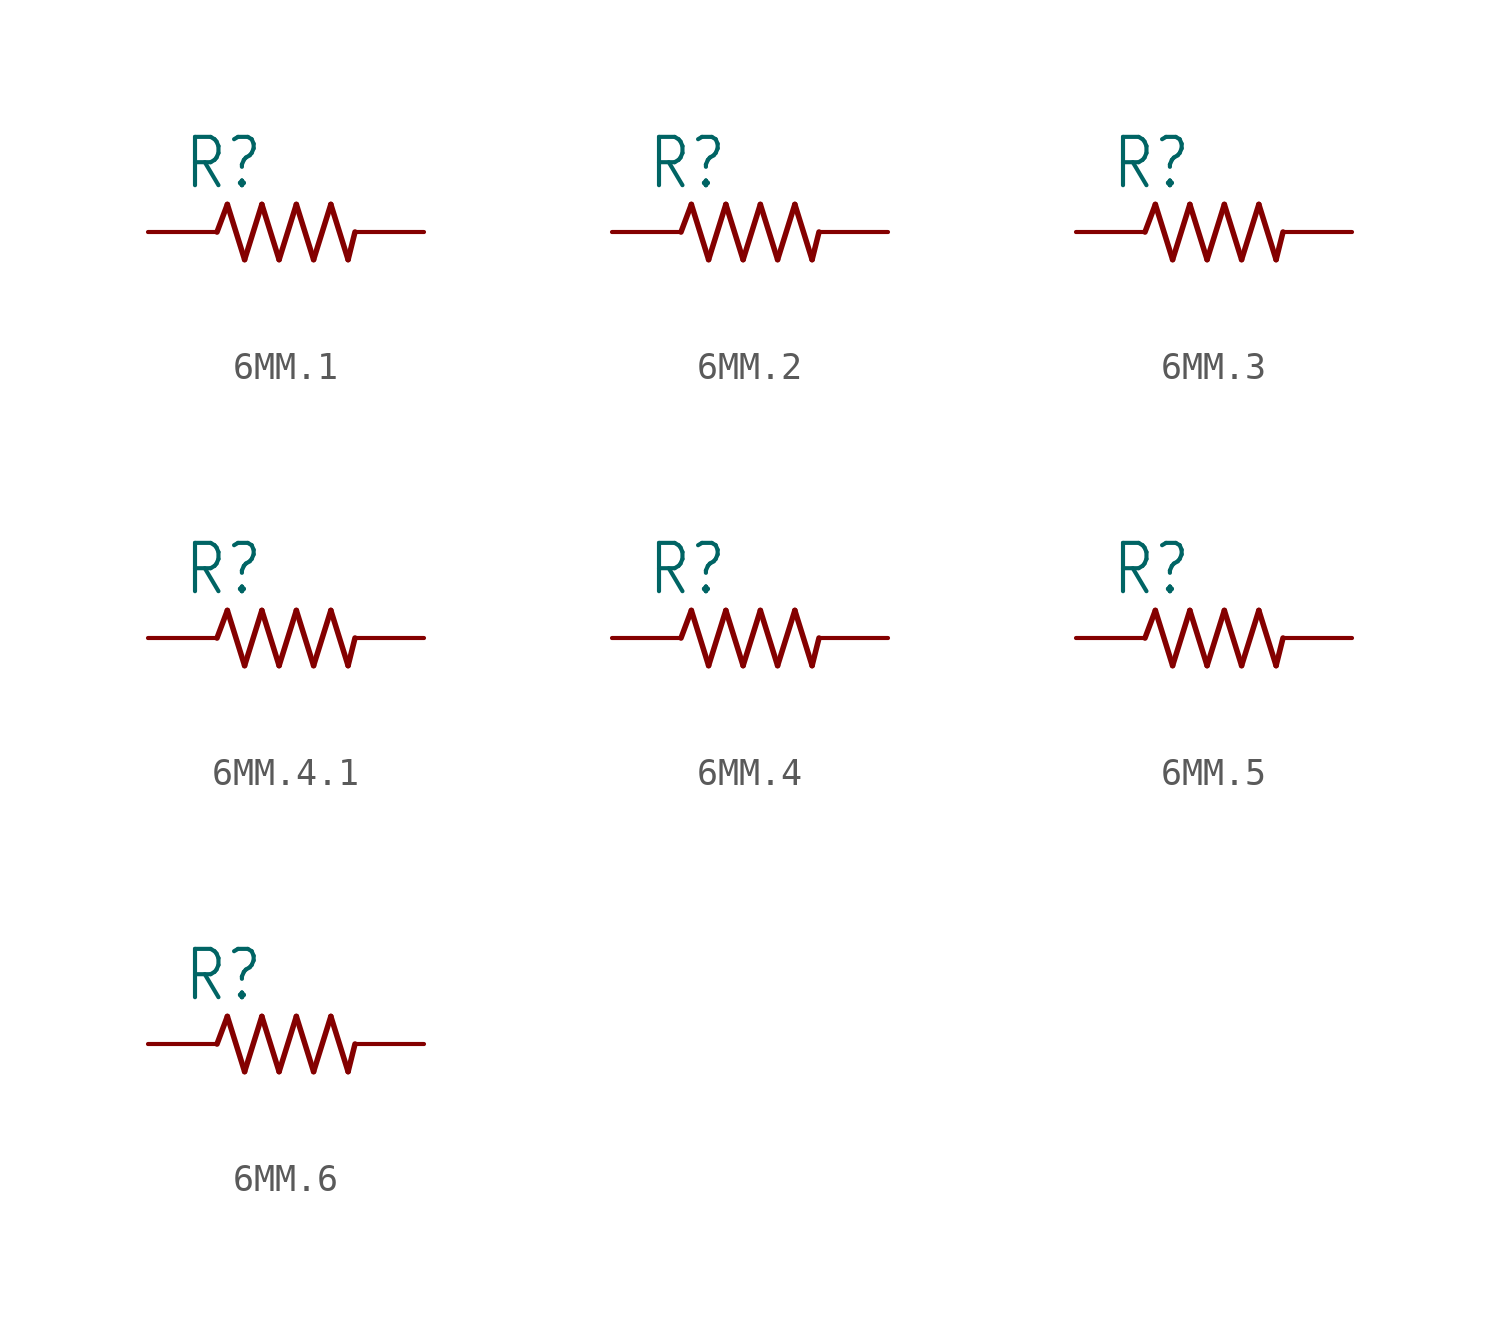
<source format=kicad_sym>
(kicad_symbol_lib
  (version 20220914)
  (generator kicad_symbol_editor)
  (symbol "6MM.1"
    (property "Reference" "R"
      (at -3.81 1.499 0)
      (effects (font (size 1.778 1.511)) (justify left bottom)))
    (property "Value" ""
      (at -3.81 -3.302 0)
      (effects (font (size 1.778 1.511)) (justify left bottom)))
    (property "ki_locked" ""
      (at 0 0 0)
      (effects (font (size 1.27 1.27))))
    (symbol "6MM.1_1_0"
      (polyline (pts (xy -2.54 0) (xy -2.159 1.016)) (stroke (width 0.203) (type solid)) (fill (type none)))
      (polyline (pts (xy -2.159 1.016) (xy -1.524 -1.016)) (stroke (width 0.203) (type solid)) (fill (type none)))
      (polyline (pts (xy -1.524 -1.016) (xy -0.889 1.016)) (stroke (width 0.203) (type solid)) (fill (type none)))
      (polyline (pts (xy -0.889 1.016) (xy -0.254 -1.016)) (stroke (width 0.203) (type solid)) (fill (type none)))
      (polyline (pts (xy -0.254 -1.016) (xy 0.381 1.016)) (stroke (width 0.203) (type solid)) (fill (type none)))
      (polyline (pts (xy 0.381 1.016) (xy 1.016 -1.016)) (stroke (width 0.203) (type solid)) (fill (type none)))
      (polyline (pts (xy 1.016 -1.016) (xy 1.651 1.016)) (stroke (width 0.203) (type solid)) (fill (type none)))
      (polyline (pts (xy 1.651 1.016) (xy 2.286 -1.016)) (stroke (width 0.203) (type solid)) (fill (type none)))
      (polyline (pts (xy 2.286 -1.016) (xy 2.54 0)) (stroke (width 0.203) (type solid)) (fill (type none)))
      (pin passive line (at -5.08 0 0) (length 2.54) (name "1" (effects (font (size 0 0)))) (number "1" (effects (font (size 0 0)))))
      (pin passive line (at 5.08 0 180) (length 2.54) (name "2" (effects (font (size 0 0)))) (number "2" (effects (font (size 0 0)))))))
  (symbol "6MM.2"
    (property "Reference" "R"
      (at -3.81 1.499 0)
      (effects (font (size 1.778 1.511)) (justify left bottom)))
    (property "Value" ""
      (at -3.81 -3.302 0)
      (effects (font (size 1.778 1.511)) (justify left bottom)))
    (property "ki_locked" ""
      (at 0 0 0)
      (effects (font (size 1.27 1.27))))
    (symbol "6MM.2_1_0"
      (polyline (pts (xy -2.54 0) (xy -2.159 1.016)) (stroke (width 0.203) (type solid)) (fill (type none)))
      (polyline (pts (xy -2.159 1.016) (xy -1.524 -1.016)) (stroke (width 0.203) (type solid)) (fill (type none)))
      (polyline (pts (xy -1.524 -1.016) (xy -0.889 1.016)) (stroke (width 0.203) (type solid)) (fill (type none)))
      (polyline (pts (xy -0.889 1.016) (xy -0.254 -1.016)) (stroke (width 0.203) (type solid)) (fill (type none)))
      (polyline (pts (xy -0.254 -1.016) (xy 0.381 1.016)) (stroke (width 0.203) (type solid)) (fill (type none)))
      (polyline (pts (xy 0.381 1.016) (xy 1.016 -1.016)) (stroke (width 0.203) (type solid)) (fill (type none)))
      (polyline (pts (xy 1.016 -1.016) (xy 1.651 1.016)) (stroke (width 0.203) (type solid)) (fill (type none)))
      (polyline (pts (xy 1.651 1.016) (xy 2.286 -1.016)) (stroke (width 0.203) (type solid)) (fill (type none)))
      (polyline (pts (xy 2.286 -1.016) (xy 2.54 0)) (stroke (width 0.203) (type solid)) (fill (type none)))
      (pin passive line (at -5.08 0 0) (length 2.54) (name "1" (effects (font (size 0 0)))) (number "1" (effects (font (size 0 0)))))
      (pin passive line (at 5.08 0 180) (length 2.54) (name "2" (effects (font (size 0 0)))) (number "2" (effects (font (size 0 0)))))))
  (symbol "6MM.3"
    (property "Reference" "R"
      (at -3.81 1.499 0)
      (effects (font (size 1.778 1.511)) (justify left bottom)))
    (property "Value" ""
      (at -3.81 -3.302 0)
      (effects (font (size 1.778 1.511)) (justify left bottom)))
    (property "ki_locked" ""
      (at 0 0 0)
      (effects (font (size 1.27 1.27))))
    (symbol "6MM.3_1_0"
      (polyline (pts (xy -2.54 0) (xy -2.159 1.016)) (stroke (width 0.203) (type solid)) (fill (type none)))
      (polyline (pts (xy -2.159 1.016) (xy -1.524 -1.016)) (stroke (width 0.203) (type solid)) (fill (type none)))
      (polyline (pts (xy -1.524 -1.016) (xy -0.889 1.016)) (stroke (width 0.203) (type solid)) (fill (type none)))
      (polyline (pts (xy -0.889 1.016) (xy -0.254 -1.016)) (stroke (width 0.203) (type solid)) (fill (type none)))
      (polyline (pts (xy -0.254 -1.016) (xy 0.381 1.016)) (stroke (width 0.203) (type solid)) (fill (type none)))
      (polyline (pts (xy 0.381 1.016) (xy 1.016 -1.016)) (stroke (width 0.203) (type solid)) (fill (type none)))
      (polyline (pts (xy 1.016 -1.016) (xy 1.651 1.016)) (stroke (width 0.203) (type solid)) (fill (type none)))
      (polyline (pts (xy 1.651 1.016) (xy 2.286 -1.016)) (stroke (width 0.203) (type solid)) (fill (type none)))
      (polyline (pts (xy 2.286 -1.016) (xy 2.54 0)) (stroke (width 0.203) (type solid)) (fill (type none)))
      (pin passive line (at -5.08 0 0) (length 2.54) (name "1" (effects (font (size 0 0)))) (number "1" (effects (font (size 0 0)))))
      (pin passive line (at 5.08 0 180) (length 2.54) (name "2" (effects (font (size 0 0)))) (number "2" (effects (font (size 0 0)))))))
  (symbol "6MM.4.1"
    (property "Reference" "R"
      (at -3.81 1.499 0)
      (effects (font (size 1.778 1.511)) (justify left bottom)))
    (property "Value" ""
      (at -3.81 -3.302 0)
      (effects (font (size 1.778 1.511)) (justify left bottom)))
    (property "ki_locked" ""
      (at 0 0 0)
      (effects (font (size 1.27 1.27))))
    (symbol "6MM.4.1_1_0"
      (polyline (pts (xy -2.54 0) (xy -2.159 1.016)) (stroke (width 0.203) (type solid)) (fill (type none)))
      (polyline (pts (xy -2.159 1.016) (xy -1.524 -1.016)) (stroke (width 0.203) (type solid)) (fill (type none)))
      (polyline (pts (xy -1.524 -1.016) (xy -0.889 1.016)) (stroke (width 0.203) (type solid)) (fill (type none)))
      (polyline (pts (xy -0.889 1.016) (xy -0.254 -1.016)) (stroke (width 0.203) (type solid)) (fill (type none)))
      (polyline (pts (xy -0.254 -1.016) (xy 0.381 1.016)) (stroke (width 0.203) (type solid)) (fill (type none)))
      (polyline (pts (xy 0.381 1.016) (xy 1.016 -1.016)) (stroke (width 0.203) (type solid)) (fill (type none)))
      (polyline (pts (xy 1.016 -1.016) (xy 1.651 1.016)) (stroke (width 0.203) (type solid)) (fill (type none)))
      (polyline (pts (xy 1.651 1.016) (xy 2.286 -1.016)) (stroke (width 0.203) (type solid)) (fill (type none)))
      (polyline (pts (xy 2.286 -1.016) (xy 2.54 0)) (stroke (width 0.203) (type solid)) (fill (type none)))
      (pin passive line (at -5.08 0 0) (length 2.54) (name "1" (effects (font (size 0 0)))) (number "1" (effects (font (size 0 0)))))
      (pin passive line (at 5.08 0 180) (length 2.54) (name "2" (effects (font (size 0 0)))) (number "2" (effects (font (size 0 0)))))))
  (symbol "6MM.4"
    (property "Reference" "R"
      (at -3.81 1.499 0)
      (effects (font (size 1.778 1.511)) (justify left bottom)))
    (property "Value" ""
      (at -3.81 -3.302 0)
      (effects (font (size 1.778 1.511)) (justify left bottom)))
    (property "ki_locked" ""
      (at 0 0 0)
      (effects (font (size 1.27 1.27))))
    (symbol "6MM.4_1_0"
      (polyline (pts (xy -2.54 0) (xy -2.159 1.016)) (stroke (width 0.203) (type solid)) (fill (type none)))
      (polyline (pts (xy -2.159 1.016) (xy -1.524 -1.016)) (stroke (width 0.203) (type solid)) (fill (type none)))
      (polyline (pts (xy -1.524 -1.016) (xy -0.889 1.016)) (stroke (width 0.203) (type solid)) (fill (type none)))
      (polyline (pts (xy -0.889 1.016) (xy -0.254 -1.016)) (stroke (width 0.203) (type solid)) (fill (type none)))
      (polyline (pts (xy -0.254 -1.016) (xy 0.381 1.016)) (stroke (width 0.203) (type solid)) (fill (type none)))
      (polyline (pts (xy 0.381 1.016) (xy 1.016 -1.016)) (stroke (width 0.203) (type solid)) (fill (type none)))
      (polyline (pts (xy 1.016 -1.016) (xy 1.651 1.016)) (stroke (width 0.203) (type solid)) (fill (type none)))
      (polyline (pts (xy 1.651 1.016) (xy 2.286 -1.016)) (stroke (width 0.203) (type solid)) (fill (type none)))
      (polyline (pts (xy 2.286 -1.016) (xy 2.54 0)) (stroke (width 0.203) (type solid)) (fill (type none)))
      (pin passive line (at -5.08 0 0) (length 2.54) (name "1" (effects (font (size 0 0)))) (number "1" (effects (font (size 0 0)))))
      (pin passive line (at 5.08 0 180) (length 2.54) (name "2" (effects (font (size 0 0)))) (number "2" (effects (font (size 0 0)))))))
  (symbol "6MM.5"
    (property "Reference" "R"
      (at -3.81 1.499 0)
      (effects (font (size 1.778 1.511)) (justify left bottom)))
    (property "Value" ""
      (at -3.81 -3.302 0)
      (effects (font (size 1.778 1.511)) (justify left bottom)))
    (property "ki_locked" ""
      (at 0 0 0)
      (effects (font (size 1.27 1.27))))
    (symbol "6MM.5_1_0"
      (polyline (pts (xy -2.54 0) (xy -2.159 1.016)) (stroke (width 0.203) (type solid)) (fill (type none)))
      (polyline (pts (xy -2.159 1.016) (xy -1.524 -1.016)) (stroke (width 0.203) (type solid)) (fill (type none)))
      (polyline (pts (xy -1.524 -1.016) (xy -0.889 1.016)) (stroke (width 0.203) (type solid)) (fill (type none)))
      (polyline (pts (xy -0.889 1.016) (xy -0.254 -1.016)) (stroke (width 0.203) (type solid)) (fill (type none)))
      (polyline (pts (xy -0.254 -1.016) (xy 0.381 1.016)) (stroke (width 0.203) (type solid)) (fill (type none)))
      (polyline (pts (xy 0.381 1.016) (xy 1.016 -1.016)) (stroke (width 0.203) (type solid)) (fill (type none)))
      (polyline (pts (xy 1.016 -1.016) (xy 1.651 1.016)) (stroke (width 0.203) (type solid)) (fill (type none)))
      (polyline (pts (xy 1.651 1.016) (xy 2.286 -1.016)) (stroke (width 0.203) (type solid)) (fill (type none)))
      (polyline (pts (xy 2.286 -1.016) (xy 2.54 0)) (stroke (width 0.203) (type solid)) (fill (type none)))
      (pin passive line (at -5.08 0 0) (length 2.54) (name "1" (effects (font (size 0 0)))) (number "1" (effects (font (size 0 0)))))
      (pin passive line (at 5.08 0 180) (length 2.54) (name "2" (effects (font (size 0 0)))) (number "2" (effects (font (size 0 0)))))))
  (symbol "6MM.6"
    (property "Reference" "R"
      (at -3.81 1.499 0)
      (effects (font (size 1.778 1.511)) (justify left bottom)))
    (property "Value" ""
      (at -3.81 -3.302 0)
      (effects (font (size 1.778 1.511)) (justify left bottom)))
    (property "ki_locked" ""
      (at 0 0 0)
      (effects (font (size 1.27 1.27))))
    (symbol "6MM.6_1_0"
      (polyline (pts (xy -2.54 0) (xy -2.159 1.016)) (stroke (width 0.203) (type solid)) (fill (type none)))
      (polyline (pts (xy -2.159 1.016) (xy -1.524 -1.016)) (stroke (width 0.203) (type solid)) (fill (type none)))
      (polyline (pts (xy -1.524 -1.016) (xy -0.889 1.016)) (stroke (width 0.203) (type solid)) (fill (type none)))
      (polyline (pts (xy -0.889 1.016) (xy -0.254 -1.016)) (stroke (width 0.203) (type solid)) (fill (type none)))
      (polyline (pts (xy -0.254 -1.016) (xy 0.381 1.016)) (stroke (width 0.203) (type solid)) (fill (type none)))
      (polyline (pts (xy 0.381 1.016) (xy 1.016 -1.016)) (stroke (width 0.203) (type solid)) (fill (type none)))
      (polyline (pts (xy 1.016 -1.016) (xy 1.651 1.016)) (stroke (width 0.203) (type solid)) (fill (type none)))
      (polyline (pts (xy 1.651 1.016) (xy 2.286 -1.016)) (stroke (width 0.203) (type solid)) (fill (type none)))
      (polyline (pts (xy 2.286 -1.016) (xy 2.54 0)) (stroke (width 0.203) (type solid)) (fill (type none)))
      (pin passive line (at -5.08 0 0) (length 2.54) (name "1" (effects (font (size 0 0)))) (number "1" (effects (font (size 0 0)))))
      (pin passive line (at 5.08 0 180) (length 2.54) (name "2" (effects (font (size 0 0)))) (number "2" (effects (font (size 0 0))))))))
</source>
